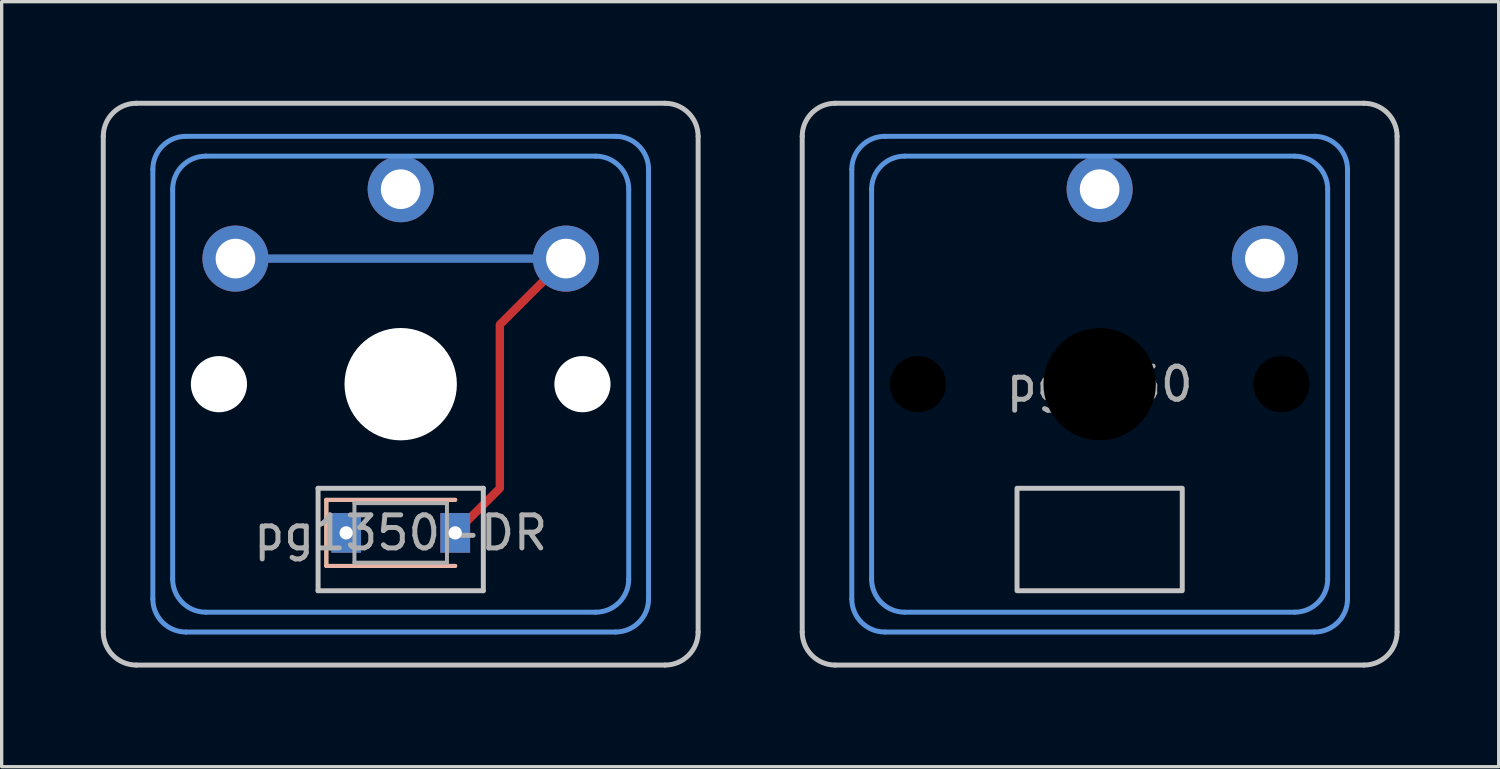
<source format=kicad_pcb>
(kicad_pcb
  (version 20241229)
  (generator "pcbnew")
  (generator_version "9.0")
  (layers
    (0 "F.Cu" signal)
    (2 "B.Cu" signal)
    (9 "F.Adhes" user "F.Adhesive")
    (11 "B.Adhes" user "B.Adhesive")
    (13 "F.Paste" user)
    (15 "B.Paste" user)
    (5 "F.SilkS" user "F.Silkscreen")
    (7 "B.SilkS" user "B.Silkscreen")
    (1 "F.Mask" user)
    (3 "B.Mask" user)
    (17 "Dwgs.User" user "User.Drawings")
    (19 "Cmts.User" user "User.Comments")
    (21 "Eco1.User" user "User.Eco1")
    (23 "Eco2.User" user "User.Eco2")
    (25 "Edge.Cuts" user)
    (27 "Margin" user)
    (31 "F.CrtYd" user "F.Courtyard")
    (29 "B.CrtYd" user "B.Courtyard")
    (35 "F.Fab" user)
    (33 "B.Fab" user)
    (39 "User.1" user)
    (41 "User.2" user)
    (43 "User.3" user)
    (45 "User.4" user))
  (footprint "pg1350-DR"
    (layer "F.Cu")
    (at 9.075 13.075)
    (property "Reference" "pg1350-DR" (at 0 0 0) (layer "F.Fab") (effects (font (size 1 1) (thickness 0.15))))
    (attr through_hole)
    (fp_line (start -2.25 -1) (end -2.25 1) (stroke (width 0.12) (type solid)) (layer "F.SilkS"))
    (fp_line (start -2.25 -1) (end 1.65 -1) (stroke (width 0.12) (type solid)) (layer "F.SilkS"))
    (fp_line (start -2.25 1) (end 1.65 1) (stroke (width 0.12) (type solid)) (layer "F.SilkS"))
    (fp_line (start -2.25 -1) (end -2.25 1) (stroke (width 0.12) (type solid)) (layer "B.SilkS"))
    (fp_line (start -2.25 -1) (end 1.65 -1) (stroke (width 0.12) (type solid)) (layer "B.SilkS"))
    (fp_line (start -2.25 1) (end 1.65 1) (stroke (width 0.12) (type solid)) (layer "B.SilkS"))
    (fp_line (start -9 3) (end -9 -12) (stroke (width 0.15) (type solid)) (layer "Dwgs.User"))
    (fp_line (start -8 -13) (end 8 -13) (stroke (width 0.15) (type solid)) (layer "Dwgs.User"))
    (fp_line (start -2.5 -1.35) (end -2.5 1.75) (stroke (width 0.15) (type solid)) (layer "Dwgs.User"))
    (fp_line (start -2.5 1.75) (end 2.5 1.75) (stroke (width 0.15) (type solid)) (layer "Dwgs.User"))
    (fp_line (start 2.5 -1.35) (end -2.5 -1.35) (stroke (width 0.15) (type solid)) (layer "Dwgs.User"))
    (fp_line (start 2.5 1.75) (end 2.5 -1.35) (stroke (width 0.15) (type solid)) (layer "Dwgs.User"))
    (fp_line (start 8 4) (end -8 4) (stroke (width 0.15) (type solid)) (layer "Dwgs.User"))
    (fp_line (start 9 -12) (end 9 3) (stroke (width 0.15) (type solid)) (layer "Dwgs.User"))
    (fp_arc (start -9 -12) (mid -8.707107 -12.707107) (end -8 -13) (stroke (width 0.15) (type solid)) (layer "Dwgs.User"))
    (fp_arc (start -8 4) (mid -8.707107 3.707107) (end -9 3) (stroke (width 0.15) (type solid)) (layer "Dwgs.User"))
    (fp_arc (start 8 -13) (mid 8.707107 -12.707107) (end 9 -12) (stroke (width 0.15) (type solid)) (layer "Dwgs.User"))
    (fp_arc (start 9 3) (mid 8.707107 3.707107) (end 8 4) (stroke (width 0.15) (type solid)) (layer "Dwgs.User"))
    (fp_line (start -7.5 2) (end -7.5 -11) (stroke (width 0.15) (type solid)) (layer "Cmts.User"))
    (fp_line (start -6.9 1.4) (end -6.9 -10.4) (stroke (width 0.15) (type solid)) (layer "Cmts.User"))
    (fp_line (start -6.5 -12) (end 6.5 -12) (stroke (width 0.15) (type solid)) (layer "Cmts.User"))
    (fp_line (start -5.9 -11.4) (end 5.9 -11.4) (stroke (width 0.15) (type solid)) (layer "Cmts.User"))
    (fp_line (start 5.9 2.4) (end -5.9 2.4) (stroke (width 0.15) (type solid)) (layer "Cmts.User"))
    (fp_line (start 6.5 3) (end -6.5 3) (stroke (width 0.15) (type solid)) (layer "Cmts.User"))
    (fp_line (start 6.9 -10.4) (end 6.9 1.4) (stroke (width 0.15) (type solid)) (layer "Cmts.User"))
    (fp_line (start 7.5 -11) (end 7.5 2) (stroke (width 0.15) (type solid)) (layer "Cmts.User"))
    (fp_arc (start -7.5 -11) (mid -7.207107 -11.707107) (end -6.5 -12) (stroke (width 0.15) (type solid)) (layer "Cmts.User"))
    (fp_arc (start -6.9 -10.4) (mid -6.607107 -11.107107) (end -5.9 -11.4) (stroke (width 0.15) (type solid)) (layer "Cmts.User"))
    (fp_arc (start -6.5 3) (mid -7.207107 2.707107) (end -7.5 2) (stroke (width 0.15) (type solid)) (layer "Cmts.User"))
    (fp_arc (start -5.9 2.4) (mid -6.607107 2.107107) (end -6.9 1.4) (stroke (width 0.15) (type solid)) (layer "Cmts.User"))
    (fp_arc (start 5.9 -11.4) (mid 6.607107 -11.107107) (end 6.9 -10.4) (stroke (width 0.15) (type solid)) (layer "Cmts.User"))
    (fp_arc (start 6.5 -12) (mid 7.207107 -11.707107) (end 7.5 -11) (stroke (width 0.15) (type solid)) (layer "Cmts.User"))
    (fp_arc (start 6.9 1.4) (mid 6.607107 2.107107) (end 5.9 2.4) (stroke (width 0.15) (type solid)) (layer "Cmts.User"))
    (fp_arc (start 7.5 2) (mid 7.207107 2.707107) (end 6.5 3) (stroke (width 0.15) (type solid)) (layer "Cmts.User"))
    (fp_line (start -1.4 -0.9) (end -1.4 0.9) (stroke (width 0.12) (type solid)) (layer "F.Fab"))
    (fp_line (start -1.4 0.9) (end 1.4 0.9) (stroke (width 0.12) (type solid)) (layer "F.Fab"))
    (fp_line (start 1.4 -0.9) (end -1.4 -0.9) (stroke (width 0.12) (type solid)) (layer "F.Fab"))
    (fp_line (start 1.4 0.9) (end 1.4 -0.9) (stroke (width 0.12) (type solid)) (layer "F.Fab"))
    (pad "" np_thru_hole circle (at -5.5 -4.5) (size 1.7 1.7) (drill 1.7) (layers "*.Cu" "*.Mask"))
    (pad "" np_thru_hole circle (at 0 -4.5) (size 3.4 3.4) (drill 3.4) (layers "*.Cu" "*.Mask"))
    (pad "" np_thru_hole circle (at 5.5 -4.5) (size 1.7 1.7) (drill 1.7) (layers "*.Cu" "*.Mask"))
    (pad "1" thru_hole circle (at 0 -10.4) (size 2 2) (drill 1.2) (layers "*.Cu" "*.Mask"))
    (pad "2" thru_hole rect (at -1.65 0) (size 0.9 1.2) (drill 0.4) (layers "*.Cu" "*.Mask"))
    (pad "3" smd custom (at -5 -8.3) (size 0.001 0.001) (layers "B.Cu") (options (anchor circle)) (primitives (gr_line (start 0 0) (end 10 0) (width 0.254))))
    (pad "3" thru_hole circle (at -5 -8.3) (size 2 2) (drill 1.2) (layers "*.Cu" "F.Mask"))
    (pad "3" thru_hole rect (at 1.65 0) (size 0.9 1.2) (drill 0.4) (layers "*.Cu" "*.Mask"))
    (pad "3" smd custom (at 5 -8.3) (size 0.254 0.254) (layers "F.Cu") (options (anchor circle)) (primitives (gr_line (start 0 0) (end -2 2) (width 0.254)) (gr_line (start -2 2) (end -2 6.95) (width 0.254)) (gr_line (start -2 6.95) (end -3.35 8.3) (width 0.254))))
    (pad "3" thru_hole circle (at 5 -8.3) (size 2 2) (drill 1.2) (layers "*.Cu" "B.Mask")))
  (footprint "pg1350"
    (layer "F.Cu")
    (at 30.225 8.575)
    (property "Reference" "pg1350" (at 0 0 0) (layer "F.Fab") (effects (font (size 1 1) (thickness 0.15))))
    (attr through_hole)
    (fp_line (start -9 7.5) (end -9 -7.5) (stroke (width 0.15) (type solid)) (layer "Dwgs.User"))
    (fp_line (start -8 -8.5) (end 8 -8.5) (stroke (width 0.15) (type solid)) (layer "Dwgs.User"))
    (fp_line (start 8 8.5) (end -8 8.5) (stroke (width 0.15) (type solid)) (layer "Dwgs.User"))
    (fp_line (start 9 -7.5) (end 9 7.5) (stroke (width 0.15) (type solid)) (layer "Dwgs.User"))
    (fp_rect (start 2.5 6.25) (end -2.5 3.15) (stroke (width 0.15) (type solid)) (fill no) (layer "Dwgs.User"))
    (fp_arc (start -9 -7.5) (mid -8.707107 -8.207107) (end -8 -8.5) (stroke (width 0.15) (type solid)) (layer "Dwgs.User"))
    (fp_arc (start -8 8.5) (mid -8.707107 8.207107) (end -9 7.5) (stroke (width 0.15) (type solid)) (layer "Dwgs.User"))
    (fp_arc (start 8 -8.5) (mid 8.707107 -8.207107) (end 9 -7.5) (stroke (width 0.15) (type solid)) (layer "Dwgs.User"))
    (fp_arc (start 9 7.5) (mid 8.707107 8.207107) (end 8 8.5) (stroke (width 0.15) (type solid)) (layer "Dwgs.User"))
    (fp_line (start -7.5 6.5) (end -7.5 -6.5) (stroke (width 0.15) (type solid)) (layer "Cmts.User"))
    (fp_line (start -6.9 5.9) (end -6.9 -5.9) (stroke (width 0.15) (type solid)) (layer "Cmts.User"))
    (fp_line (start -6.5 -7.5) (end 6.5 -7.5) (stroke (width 0.15) (type solid)) (layer "Cmts.User"))
    (fp_line (start -5.9 -6.9) (end 5.9 -6.9) (stroke (width 0.15) (type solid)) (layer "Cmts.User"))
    (fp_line (start 5.9 6.9) (end -5.9 6.9) (stroke (width 0.15) (type solid)) (layer "Cmts.User"))
    (fp_line (start 6.5 7.5) (end -6.5 7.5) (stroke (width 0.15) (type solid)) (layer "Cmts.User"))
    (fp_line (start 6.9 -5.9) (end 6.9 5.9) (stroke (width 0.15) (type solid)) (layer "Cmts.User"))
    (fp_line (start 7.5 -6.5) (end 7.5 6.5) (stroke (width 0.15) (type solid)) (layer "Cmts.User"))
    (fp_arc (start -7.5 -6.5) (mid -7.207107 -7.207107) (end -6.5 -7.5) (stroke (width 0.15) (type solid)) (layer "Cmts.User"))
    (fp_arc (start -6.9 -5.9) (mid -6.607107 -6.607107) (end -5.9 -6.9) (stroke (width 0.15) (type solid)) (layer "Cmts.User"))
    (fp_arc (start -6.5 7.5) (mid -7.207107 7.207107) (end -7.5 6.5) (stroke (width 0.15) (type solid)) (layer "Cmts.User"))
    (fp_arc (start -5.9 6.9) (mid -6.607107 6.607107) (end -6.9 5.9) (stroke (width 0.15) (type solid)) (layer "Cmts.User"))
    (fp_arc (start 5.9 -6.9) (mid 6.607107 -6.607107) (end 6.9 -5.9) (stroke (width 0.15) (type solid)) (layer "Cmts.User"))
    (fp_arc (start 6.5 -7.5) (mid 7.207107 -7.207107) (end 7.5 -6.5) (stroke (width 0.15) (type solid)) (layer "Cmts.User"))
    (fp_arc (start 6.9 5.9) (mid 6.607107 6.607107) (end 5.9 6.9) (stroke (width 0.15) (type solid)) (layer "Cmts.User"))
    (fp_arc (start 7.5 6.5) (mid 7.207107 7.207107) (end 6.5 7.5) (stroke (width 0.15) (type solid)) (layer "Cmts.User"))
    (pad "" np_thru_hole circle (at -5.5 0) (size 1.7 1.7) (drill 1.7) (layers "*.Mask"))
    (pad "" np_thru_hole circle (at 0 0) (size 3.4 3.4) (drill 3.4) (layers "*.Mask"))
    (pad "" np_thru_hole circle (at 5.5 0) (size 1.7 1.7) (drill 1.7) (layers "*.Mask"))
    (pad "1" thru_hole circle (at 0 -5.9) (size 2 2) (drill 1.2) (layers "*.Cu" "B.Mask"))
    (pad "2" thru_hole circle (at 5 -3.8) (size 2 2) (drill 1.2) (layers "*.Cu" "B.Mask")))
  (gr_rect
    (start -3 -3)
    (end 42.3 20.15)
    (stroke (width 0.1) (type default))
    (fill no)
    (layer "Edge.Cuts")))
</source>
